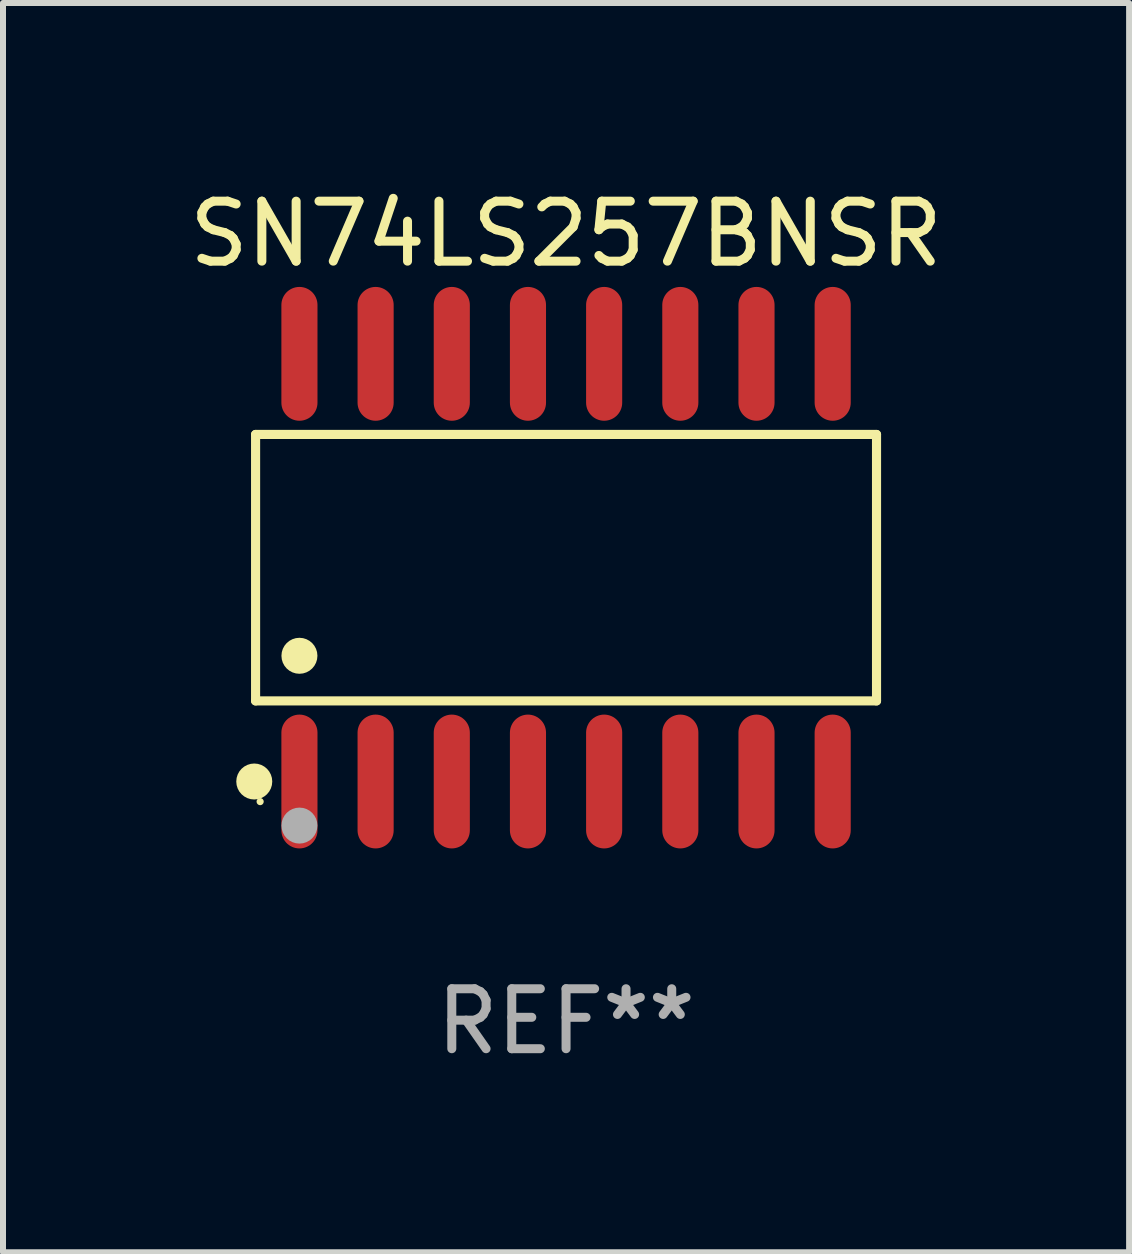
<source format=kicad_pcb>
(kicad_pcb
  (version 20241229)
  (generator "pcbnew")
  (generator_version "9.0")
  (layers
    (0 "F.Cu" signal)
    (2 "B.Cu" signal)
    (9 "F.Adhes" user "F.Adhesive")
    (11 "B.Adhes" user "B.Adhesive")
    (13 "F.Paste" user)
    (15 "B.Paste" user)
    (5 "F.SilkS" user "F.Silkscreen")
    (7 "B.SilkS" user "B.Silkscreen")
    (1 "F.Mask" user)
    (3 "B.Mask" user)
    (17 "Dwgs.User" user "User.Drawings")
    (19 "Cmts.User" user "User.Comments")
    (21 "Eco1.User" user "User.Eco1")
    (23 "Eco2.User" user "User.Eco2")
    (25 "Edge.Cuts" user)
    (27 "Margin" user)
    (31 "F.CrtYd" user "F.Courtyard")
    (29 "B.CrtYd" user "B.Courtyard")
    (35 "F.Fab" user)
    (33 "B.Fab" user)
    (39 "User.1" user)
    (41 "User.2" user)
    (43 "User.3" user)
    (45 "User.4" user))
  (footprint "SN74LS257BNSR"
    (layer "F.Cu")
    (at 6.387 6.414)
    (property "Reference" "SN74LS257BNSR" (at 0 -5.565 0) (layer "F.SilkS") (effects (font (size 1 1) (thickness 0.15))))
    (attr through_hole)
    (fp_line (start -5.176 -2.221) (end 5.176 -2.221) (stroke (width 0.152) (type solid)) (layer "F.SilkS"))
    (fp_line (start -5.176 2.221) (end -5.176 -2.221) (stroke (width 0.152) (type solid)) (layer "F.SilkS"))
    (fp_line (start 5.176 -2.221) (end 5.176 2.221) (stroke (width 0.152) (type solid)) (layer "F.SilkS"))
    (fp_line (start 5.176 2.221) (end -5.176 2.221) (stroke (width 0.152) (type solid)) (layer "F.SilkS"))
    (fp_circle (center -5.198 3.565) (end -5.048 3.565) (stroke (width 0.3) (type solid)) (fill no) (layer "F.SilkS"))
    (fp_circle (center -5.1 3.9) (end -5.07 3.9) (stroke (width 0.06) (type solid)) (fill no) (layer "F.SilkS"))
    (fp_circle (center -4.445 1.469) (end -4.295 1.469) (stroke (width 0.3) (type solid)) (fill no) (layer "F.SilkS"))
    (fp_circle (center -4.445 4.3) (end -4.295 4.3) (stroke (width 0.3) (type solid)) (fill no) (layer "F.Fab"))
    (fp_text user "REF**" (at 0 7.565 0) (layer "F.Fab") (effects (font (size 1 1) (thickness 0.15))))
    (pad "1" smd oval (at -4.445 3.565) (size 0.602 2.231) (layers "F.Cu" "F.Mask" "F.Paste"))
    (pad "2" smd oval (at -3.175 3.565) (size 0.602 2.231) (layers "F.Cu" "F.Mask" "F.Paste"))
    (pad "3" smd oval (at -1.905 3.565) (size 0.602 2.231) (layers "F.Cu" "F.Mask" "F.Paste"))
    (pad "4" smd oval (at -0.635 3.565) (size 0.602 2.231) (layers "F.Cu" "F.Mask" "F.Paste"))
    (pad "5" smd oval (at 0.635 3.565) (size 0.602 2.231) (layers "F.Cu" "F.Mask" "F.Paste"))
    (pad "6" smd oval (at 1.905 3.565) (size 0.602 2.231) (layers "F.Cu" "F.Mask" "F.Paste"))
    (pad "7" smd oval (at 3.175 3.565) (size 0.602 2.231) (layers "F.Cu" "F.Mask" "F.Paste"))
    (pad "8" smd oval (at 4.445 3.565) (size 0.602 2.231) (layers "F.Cu" "F.Mask" "F.Paste"))
    (pad "9" smd oval (at 4.445 -3.565) (size 0.602 2.231) (layers "F.Cu" "F.Mask" "F.Paste"))
    (pad "10" smd oval (at 3.175 -3.565) (size 0.602 2.231) (layers "F.Cu" "F.Mask" "F.Paste"))
    (pad "11" smd oval (at 1.905 -3.565) (size 0.602 2.231) (layers "F.Cu" "F.Mask" "F.Paste"))
    (pad "12" smd oval (at 0.635 -3.565) (size 0.602 2.231) (layers "F.Cu" "F.Mask" "F.Paste"))
    (pad "13" smd oval (at -0.635 -3.565) (size 0.602 2.231) (layers "F.Cu" "F.Mask" "F.Paste"))
    (pad "14" smd oval (at -1.905 -3.565) (size 0.602 2.231) (layers "F.Cu" "F.Mask" "F.Paste"))
    (pad "15" smd oval (at -3.175 -3.565) (size 0.602 2.231) (layers "F.Cu" "F.Mask" "F.Paste"))
    (pad "16" smd oval (at -4.445 -3.565) (size 0.602 2.231) (layers "F.Cu" "F.Mask" "F.Paste")))
  (gr_rect
    (start -3 -3)
    (end 15.774 17.827)
    (stroke (width 0.1) (type default))
    (fill no)
    (layer "Edge.Cuts")))
</source>
